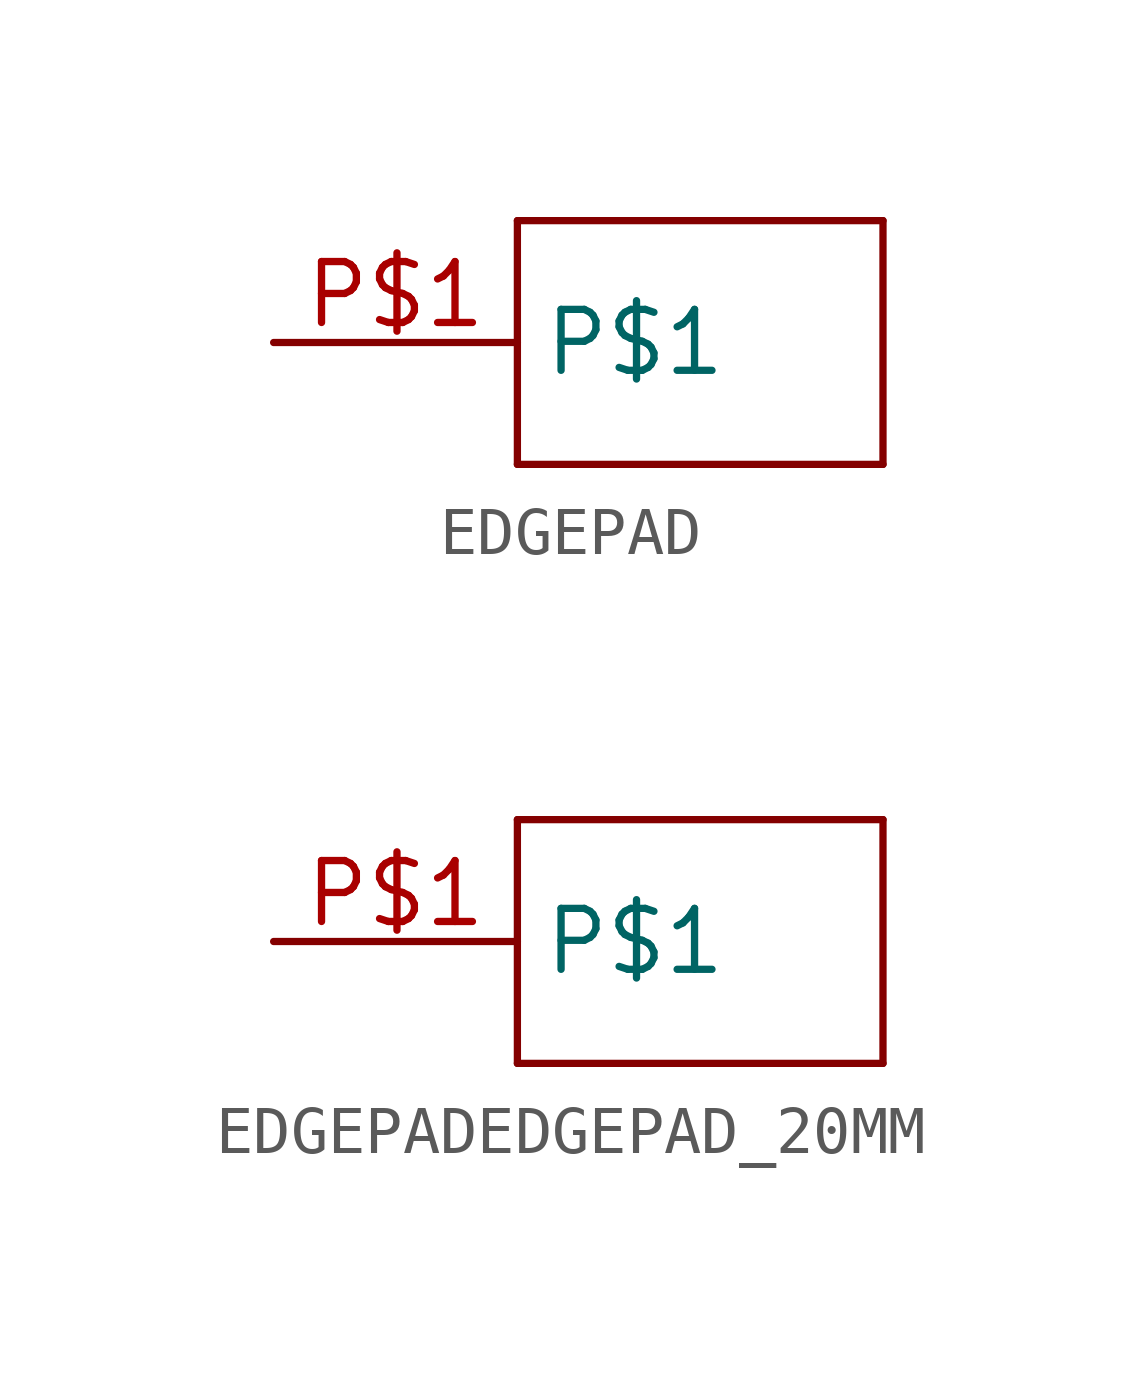
<source format=kicad_sym>
(kicad_symbol_lib
  (version 20220914)
  (generator kicad_symbol_editor)
  (symbol "EDGEPAD"
    (property "Reference" ""
      (at 0 0 0)
      (effects (font (size 1.27 1.27)) hide))
    (property "ki_locked" ""
      (at 0 0 0)
      (effects (font (size 1.27 1.27))))
    (symbol "EDGEPAD_1_0"
      (polyline (pts (xy 0 -2.54) (xy 7.62 -2.54)) (stroke (width 0.152) (type solid)) (fill (type none)))
      (polyline (pts (xy 0 2.54) (xy 0 -2.54)) (stroke (width 0.152) (type solid)) (fill (type none)))
      (polyline (pts (xy 7.62 -2.54) (xy 7.62 2.54)) (stroke (width 0.152) (type solid)) (fill (type none)))
      (polyline (pts (xy 7.62 2.54) (xy 0 2.54)) (stroke (width 0.152) (type solid)) (fill (type none)))
      (pin bidirectional line (at -5.08 0 0) (length 5.08) (name "P$1" (effects (font (size 1.27 1.27)))) (number "P$1" (effects (font (size 1.27 1.27)))))))
  (symbol "EDGEPADEDGEPAD_20MM"
    (property "Reference" ""
      (at 0 0 0)
      (effects (font (size 1.27 1.27)) hide))
    (property "ki_locked" ""
      (at 0 0 0)
      (effects (font (size 1.27 1.27))))
    (symbol "EDGEPADEDGEPAD_20MM_1_0"
      (polyline (pts (xy 0 -2.54) (xy 7.62 -2.54)) (stroke (width 0.152) (type solid)) (fill (type none)))
      (polyline (pts (xy 0 2.54) (xy 0 -2.54)) (stroke (width 0.152) (type solid)) (fill (type none)))
      (polyline (pts (xy 7.62 -2.54) (xy 7.62 2.54)) (stroke (width 0.152) (type solid)) (fill (type none)))
      (polyline (pts (xy 7.62 2.54) (xy 0 2.54)) (stroke (width 0.152) (type solid)) (fill (type none)))
      (pin bidirectional line (at -5.08 0 0) (length 5.08) (name "P$1" (effects (font (size 1.27 1.27)))) (number "P$1" (effects (font (size 1.27 1.27))))))))
</source>
